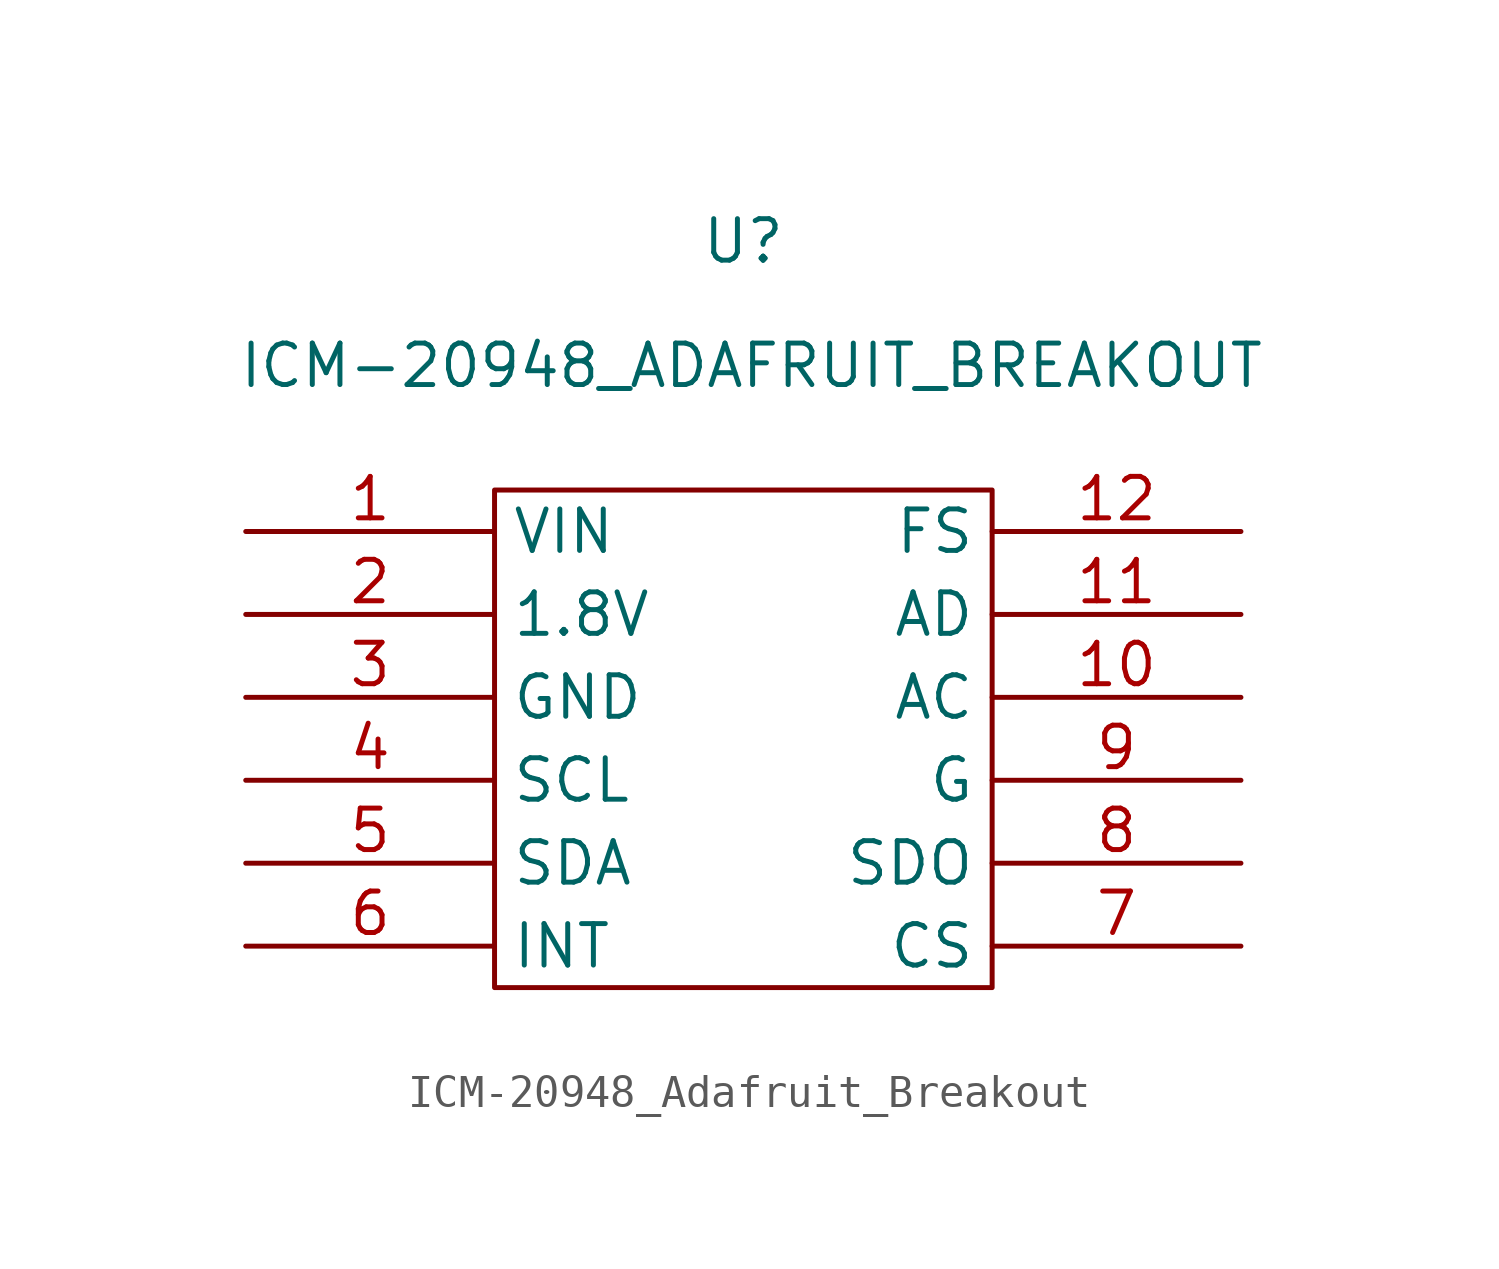
<source format=kicad_sym>
(kicad_symbol_lib
  (version 20241209)
  (generator "kicad_symbol_editor")
  (generator_version "9.0")
  (symbol "ICM-20948_Adafruit_Breakout"
    (property "Reference" "U"
      (at 0 12.7 0)
      (effects (font (size 1.27 1.27))))
    (property "Value" "ICM-20948_ADAFRUIT_BREAKOUT"
      (at 0.254 8.89 0)
      (effects (font (size 1.27 1.27))))
    (symbol "ICM-20948_Adafruit_Breakout_0_1"
      (rectangle (start -7.62 5.08) (end 7.62 -10.16) (stroke (width 0) (type default)) (fill (type none))))
    (symbol "ICM-20948_Adafruit_Breakout_1_1"
      (pin input line (at -15.24 3.81 0) (length 7.62) (name "VIN" (effects (font (size 1.27 1.27)))) (number "1" (effects (font (size 1.27 1.27)))))
      (pin input line (at -15.24 1.27 0) (length 7.62) (name "1.8V" (effects (font (size 1.27 1.27)))) (number "2" (effects (font (size 1.27 1.27)))))
      (pin input line (at -15.24 -1.27 0) (length 7.62) (name "GND" (effects (font (size 1.27 1.27)))) (number "3" (effects (font (size 1.27 1.27)))))
      (pin input line (at -15.24 -3.81 0) (length 7.62) (name "SCL" (effects (font (size 1.27 1.27)))) (number "4" (effects (font (size 1.27 1.27)))))
      (pin input line (at -15.24 -6.35 0) (length 7.62) (name "SDA" (effects (font (size 1.27 1.27)))) (number "5" (effects (font (size 1.27 1.27)))))
      (pin input line (at -15.24 -8.89 0) (length 7.62) (name "INT" (effects (font (size 1.27 1.27)))) (number "6" (effects (font (size 1.27 1.27)))))
      (pin input line (at 15.24 3.81 180) (length 7.62) (name "FS" (effects (font (size 1.27 1.27)))) (number "12" (effects (font (size 1.27 1.27)))))
      (pin input line (at 15.24 1.27 180) (length 7.62) (name "AD" (effects (font (size 1.27 1.27)))) (number "11" (effects (font (size 1.27 1.27)))))
      (pin input line (at 15.24 -1.27 180) (length 7.62) (name "AC" (effects (font (size 1.27 1.27)))) (number "10" (effects (font (size 1.27 1.27)))))
      (pin input line (at 15.24 -3.81 180) (length 7.62) (name "G" (effects (font (size 1.27 1.27)))) (number "9" (effects (font (size 1.27 1.27)))))
      (pin input line (at 15.24 -6.35 180) (length 7.62) (name "SDO" (effects (font (size 1.27 1.27)))) (number "8" (effects (font (size 1.27 1.27)))))
      (pin input line (at 15.24 -8.89 180) (length 7.62) (name "CS" (effects (font (size 1.27 1.27)))) (number "7" (effects (font (size 1.27 1.27))))))))
</source>
